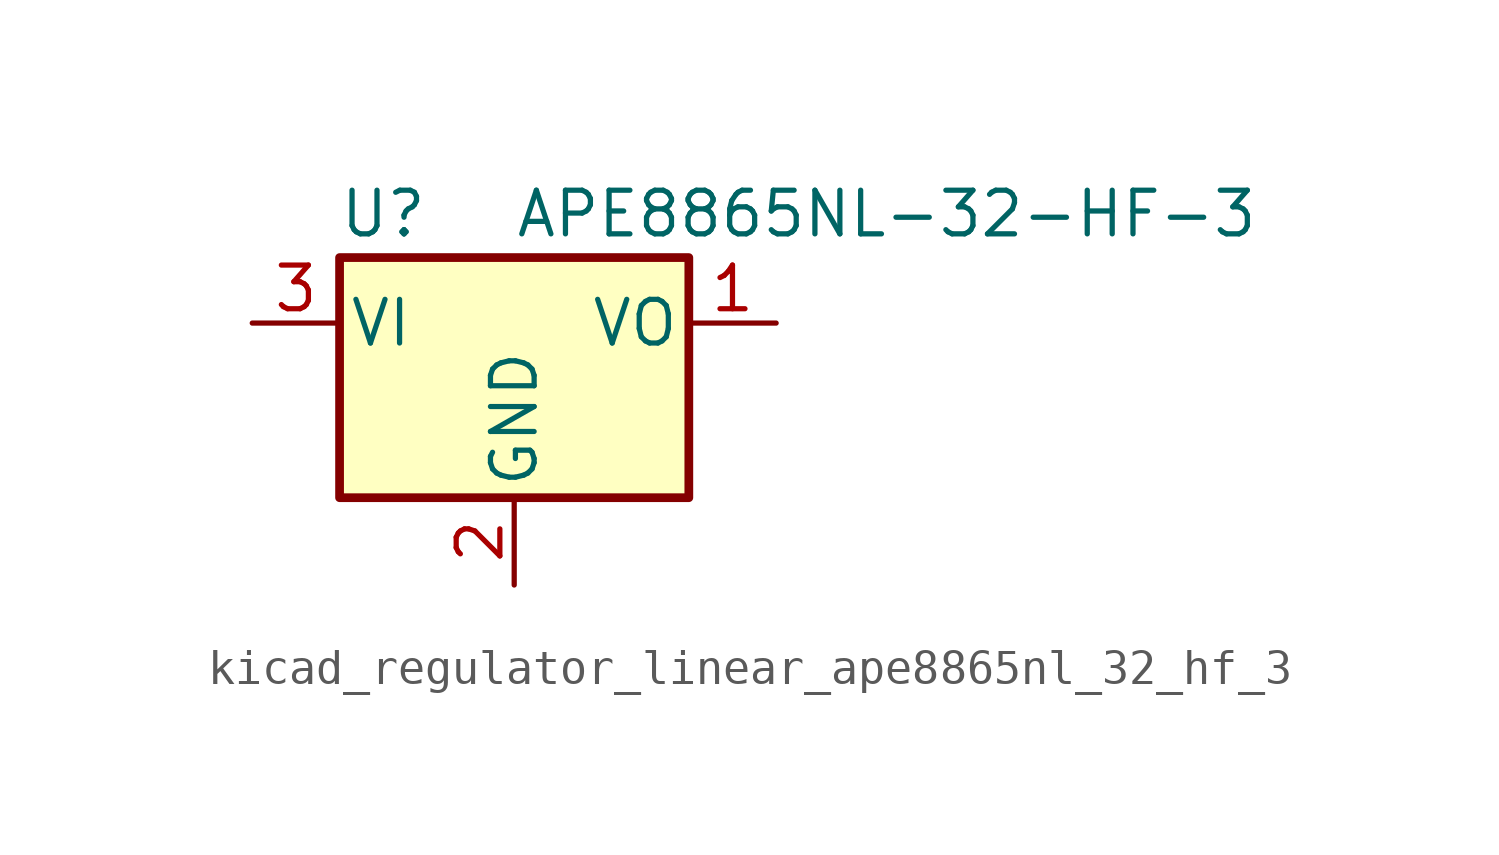
<source format=kicad_sym>
(kicad_symbol_lib
  (version 20220914)
  (generator kicad_symbol_editor)
  (symbol "kicad_regulator_linear_ape8865nl_32_hf_3"
    (pin_names
      (offset 0.254))
    (property "Reference" "U"
      (at -3.81 3.175 0)
      (effects (font (size 1.27 1.27))))
    (property "Value" "APE8865NL-32-HF-3"
      (at 0 3.175 0)
      (effects (font (size 1.27 1.27)) (justify left)))
    (symbol "kicad_regulator_linear_ape8865nl_32_hf_3_0_1"
      (rectangle (start -5.08 1.905) (end 5.08 -5.08) (stroke (width 0.254) (type default)) (fill (type background))))
    (symbol "kicad_regulator_linear_ape8865nl_32_hf_3_1_1"
      (pin power_out line (at 7.62 0 180) (length 2.54) (name "VO" (effects (font (size 1.27 1.27)))) (number "1" (effects (font (size 1.27 1.27)))))
      (pin power_in line (at 0 -7.62 90) (length 2.54) (name "GND" (effects (font (size 1.27 1.27)))) (number "2" (effects (font (size 1.27 1.27)))))
      (pin power_in line (at -7.62 0 0) (length 2.54) (name "VI" (effects (font (size 1.27 1.27)))) (number "3" (effects (font (size 1.27 1.27))))))))
</source>
